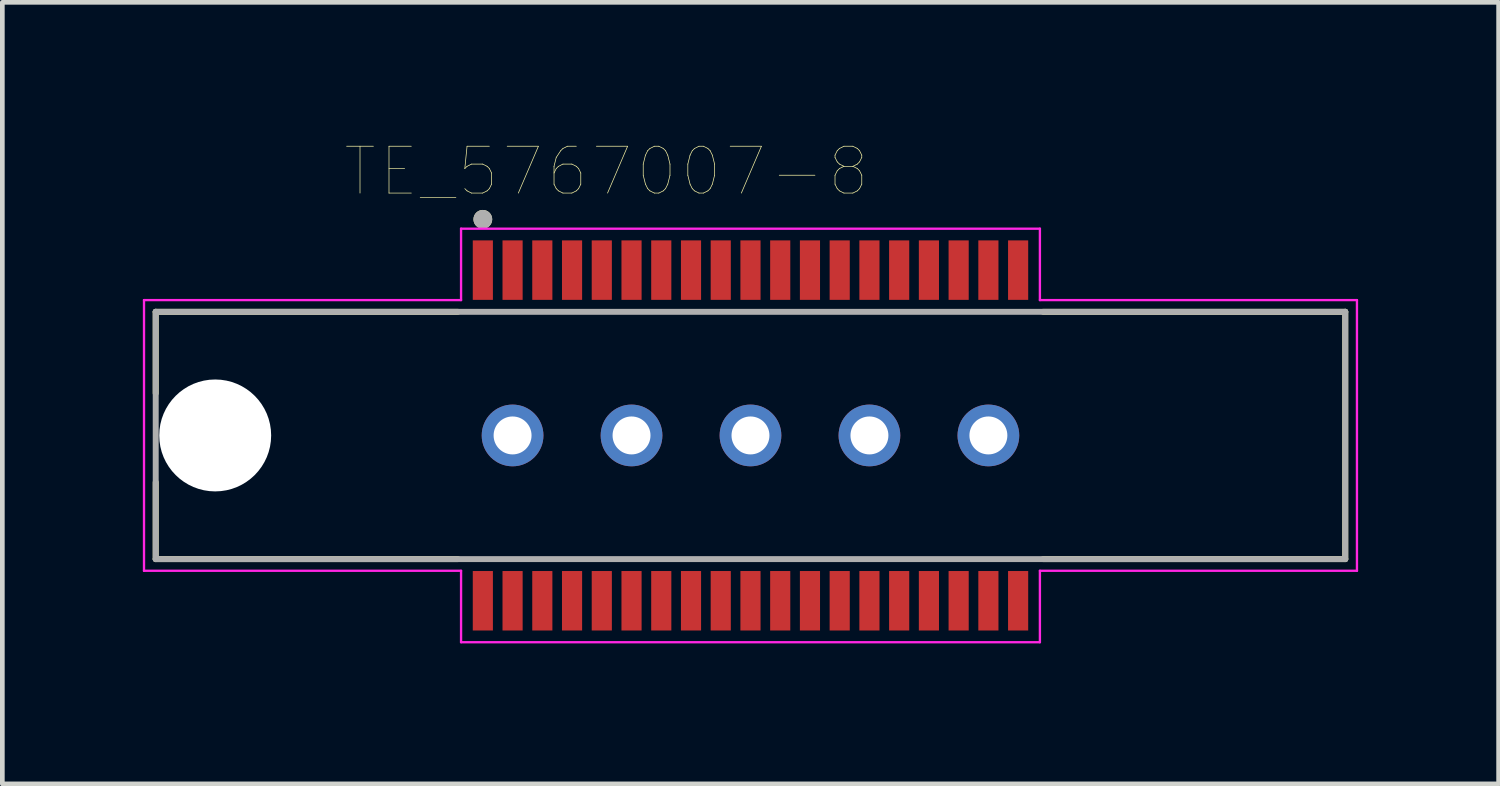
<source format=kicad_pcb>
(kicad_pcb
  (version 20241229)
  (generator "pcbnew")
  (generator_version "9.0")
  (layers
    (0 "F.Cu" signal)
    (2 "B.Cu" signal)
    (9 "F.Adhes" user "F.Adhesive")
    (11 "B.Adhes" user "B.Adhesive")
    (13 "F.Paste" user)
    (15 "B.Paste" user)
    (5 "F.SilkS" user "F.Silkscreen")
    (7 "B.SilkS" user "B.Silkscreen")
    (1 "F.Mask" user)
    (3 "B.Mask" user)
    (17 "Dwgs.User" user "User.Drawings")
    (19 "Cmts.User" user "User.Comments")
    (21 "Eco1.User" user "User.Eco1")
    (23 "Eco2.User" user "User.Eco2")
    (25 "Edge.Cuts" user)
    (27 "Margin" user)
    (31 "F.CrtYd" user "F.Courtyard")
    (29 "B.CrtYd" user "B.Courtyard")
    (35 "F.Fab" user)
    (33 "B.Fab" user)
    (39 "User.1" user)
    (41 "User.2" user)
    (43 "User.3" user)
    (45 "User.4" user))
  (footprint "TE_5767007-8"
    (layer "F.Cu")
    (at 12.975 6.248)
    (property "Reference" "TE_5767007-8" (at -3.076 -5.637 0) (layer "F.SilkS") (effects (font (size 1 1) (thickness 0.015))))
    (attr through_hole)
    (fp_line (start -12.7 -2.64) (end -12.7 -0.9) (stroke (width 0.127) (type solid)) (layer "F.SilkS"))
    (fp_line (start -12.7 1) (end -12.7 2.64) (stroke (width 0.127) (type solid)) (layer "F.SilkS"))
    (fp_line (start -12.7 2.64) (end -6.25 2.64) (stroke (width 0.127) (type solid)) (layer "F.SilkS"))
    (fp_line (start -6.25 -2.64) (end -12.7 -2.64) (stroke (width 0.127) (type solid)) (layer "F.SilkS"))
    (fp_line (start 6.25 2.64) (end 12.7 2.64) (stroke (width 0.127) (type solid)) (layer "F.SilkS"))
    (fp_line (start 12.7 -2.64) (end 6.25 -2.64) (stroke (width 0.127) (type solid)) (layer "F.SilkS"))
    (fp_line (start 12.7 2.64) (end 12.7 -2.64) (stroke (width 0.127) (type solid)) (layer "F.SilkS"))
    (fp_circle (center -5.715 -4.615) (end -5.615 -4.615) (stroke (width 0.2) (type solid)) (fill no) (layer "F.SilkS"))
    (fp_line (start -12.95 -2.89) (end -12.95 2.89) (stroke (width 0.05) (type solid)) (layer "F.CrtYd"))
    (fp_line (start -12.95 2.89) (end -6.18 2.89) (stroke (width 0.05) (type solid)) (layer "F.CrtYd"))
    (fp_line (start -6.18 -4.415) (end -6.18 -2.89) (stroke (width 0.05) (type solid)) (layer "F.CrtYd"))
    (fp_line (start -6.18 -2.89) (end -12.95 -2.89) (stroke (width 0.05) (type solid)) (layer "F.CrtYd"))
    (fp_line (start -6.18 2.89) (end -6.18 4.415) (stroke (width 0.05) (type solid)) (layer "F.CrtYd"))
    (fp_line (start -6.18 4.415) (end 6.18 4.415) (stroke (width 0.05) (type solid)) (layer "F.CrtYd"))
    (fp_line (start 6.18 -4.415) (end -6.18 -4.415) (stroke (width 0.05) (type solid)) (layer "F.CrtYd"))
    (fp_line (start 6.18 -2.89) (end 6.18 -4.415) (stroke (width 0.05) (type solid)) (layer "F.CrtYd"))
    (fp_line (start 6.18 2.89) (end 12.95 2.89) (stroke (width 0.05) (type solid)) (layer "F.CrtYd"))
    (fp_line (start 6.18 4.415) (end 6.18 2.89) (stroke (width 0.05) (type solid)) (layer "F.CrtYd"))
    (fp_line (start 12.95 -2.89) (end 6.18 -2.89) (stroke (width 0.05) (type solid)) (layer "F.CrtYd"))
    (fp_line (start 12.95 2.89) (end 12.95 -2.89) (stroke (width 0.05) (type solid)) (layer "F.CrtYd"))
    (fp_line (start -12.7 -2.64) (end -12.7 2.64) (stroke (width 0.127) (type solid)) (layer "F.Fab"))
    (fp_line (start -12.7 2.64) (end 12.7 2.64) (stroke (width 0.127) (type solid)) (layer "F.Fab"))
    (fp_line (start 12.7 -2.64) (end -12.7 -2.64) (stroke (width 0.127) (type solid)) (layer "F.Fab"))
    (fp_line (start 12.7 2.64) (end 12.7 -2.64) (stroke (width 0.127) (type solid)) (layer "F.Fab"))
    (fp_circle (center -5.715 -4.615) (end -5.615 -4.615) (stroke (width 0.2) (type solid)) (fill no) (layer "F.Fab"))
    (pad "" np_thru_hole circle (at -11.43 0) (size 2.39 2.39) (drill 2.39) (layers "*.Cu" "*.Mask"))
    (pad "1" smd rect (at -5.715 -3.53) (size 0.43 1.27) (layers "F.Cu" "F.Mask" "F.Paste"))
    (pad "2" smd rect (at -5.715 3.53) (size 0.43 1.27) (layers "F.Cu" "F.Mask" "F.Paste"))
    (pad "3" smd rect (at -5.08 -3.53) (size 0.43 1.27) (layers "F.Cu" "F.Mask" "F.Paste"))
    (pad "4" smd rect (at -5.08 3.53) (size 0.43 1.27) (layers "F.Cu" "F.Mask" "F.Paste"))
    (pad "5" smd rect (at -4.445 -3.53) (size 0.43 1.27) (layers "F.Cu" "F.Mask" "F.Paste"))
    (pad "6" smd rect (at -4.445 3.53) (size 0.43 1.27) (layers "F.Cu" "F.Mask" "F.Paste"))
    (pad "7" smd rect (at -3.81 -3.53) (size 0.43 1.27) (layers "F.Cu" "F.Mask" "F.Paste"))
    (pad "8" smd rect (at -3.81 3.53) (size 0.43 1.27) (layers "F.Cu" "F.Mask" "F.Paste"))
    (pad "9" smd rect (at -3.175 -3.53) (size 0.43 1.27) (layers "F.Cu" "F.Mask" "F.Paste"))
    (pad "10" smd rect (at -3.175 3.53) (size 0.43 1.27) (layers "F.Cu" "F.Mask" "F.Paste"))
    (pad "11" smd rect (at -2.54 -3.53) (size 0.43 1.27) (layers "F.Cu" "F.Mask" "F.Paste"))
    (pad "12" smd rect (at -2.54 3.53) (size 0.43 1.27) (layers "F.Cu" "F.Mask" "F.Paste"))
    (pad "13" smd rect (at -1.905 -3.53) (size 0.43 1.27) (layers "F.Cu" "F.Mask" "F.Paste"))
    (pad "14" smd rect (at -1.905 3.53) (size 0.43 1.27) (layers "F.Cu" "F.Mask" "F.Paste"))
    (pad "15" smd rect (at -1.27 -3.53) (size 0.43 1.27) (layers "F.Cu" "F.Mask" "F.Paste"))
    (pad "16" smd rect (at -1.27 3.53) (size 0.43 1.27) (layers "F.Cu" "F.Mask" "F.Paste"))
    (pad "17" smd rect (at -0.635 -3.53) (size 0.43 1.27) (layers "F.Cu" "F.Mask" "F.Paste"))
    (pad "18" smd rect (at -0.635 3.53) (size 0.43 1.27) (layers "F.Cu" "F.Mask" "F.Paste"))
    (pad "19" smd rect (at 0 -3.53) (size 0.43 1.27) (layers "F.Cu" "F.Mask" "F.Paste"))
    (pad "20" smd rect (at 0 3.53) (size 0.43 1.27) (layers "F.Cu" "F.Mask" "F.Paste"))
    (pad "21" smd rect (at 0.635 -3.53) (size 0.43 1.27) (layers "F.Cu" "F.Mask" "F.Paste"))
    (pad "22" smd rect (at 0.635 3.53) (size 0.43 1.27) (layers "F.Cu" "F.Mask" "F.Paste"))
    (pad "23" smd rect (at 1.27 -3.53) (size 0.43 1.27) (layers "F.Cu" "F.Mask" "F.Paste"))
    (pad "24" smd rect (at 1.27 3.53) (size 0.43 1.27) (layers "F.Cu" "F.Mask" "F.Paste"))
    (pad "25" smd rect (at 1.905 -3.53) (size 0.43 1.27) (layers "F.Cu" "F.Mask" "F.Paste"))
    (pad "26" smd rect (at 1.905 3.53) (size 0.43 1.27) (layers "F.Cu" "F.Mask" "F.Paste"))
    (pad "27" smd rect (at 2.54 -3.53) (size 0.43 1.27) (layers "F.Cu" "F.Mask" "F.Paste"))
    (pad "28" smd rect (at 2.54 3.53) (size 0.43 1.27) (layers "F.Cu" "F.Mask" "F.Paste"))
    (pad "29" smd rect (at 3.175 -3.53) (size 0.43 1.27) (layers "F.Cu" "F.Mask" "F.Paste"))
    (pad "30" smd rect (at 3.175 3.53) (size 0.43 1.27) (layers "F.Cu" "F.Mask" "F.Paste"))
    (pad "31" smd rect (at 3.81 -3.53) (size 0.43 1.27) (layers "F.Cu" "F.Mask" "F.Paste"))
    (pad "32" smd rect (at 3.81 3.53) (size 0.43 1.27) (layers "F.Cu" "F.Mask" "F.Paste"))
    (pad "33" smd rect (at 4.445 -3.53) (size 0.43 1.27) (layers "F.Cu" "F.Mask" "F.Paste"))
    (pad "34" smd rect (at 4.445 3.53) (size 0.43 1.27) (layers "F.Cu" "F.Mask" "F.Paste"))
    (pad "35" smd rect (at 5.08 -3.53) (size 0.43 1.27) (layers "F.Cu" "F.Mask" "F.Paste"))
    (pad "36" smd rect (at 5.08 3.53) (size 0.43 1.27) (layers "F.Cu" "F.Mask" "F.Paste"))
    (pad "37" smd rect (at 5.715 -3.53) (size 0.43 1.27) (layers "F.Cu" "F.Mask" "F.Paste"))
    (pad "38" smd rect (at 5.715 3.53) (size 0.43 1.27) (layers "F.Cu" "F.Mask" "F.Paste"))
    (pad "S1" thru_hole circle (at -5.08 0) (size 1.318 1.318) (drill 0.81) (layers "*.Cu" "*.Mask"))
    (pad "S2" thru_hole circle (at -2.54 0) (size 1.318 1.318) (drill 0.81) (layers "*.Cu" "*.Mask"))
    (pad "S3" thru_hole circle (at 0 0) (size 1.318 1.318) (drill 0.81) (layers "*.Cu" "*.Mask"))
    (pad "S4" thru_hole circle (at 2.54 0) (size 1.318 1.318) (drill 0.81) (layers "*.Cu" "*.Mask"))
    (pad "S5" thru_hole circle (at 5.08 0) (size 1.318 1.318) (drill 0.81) (layers "*.Cu" "*.Mask")))
  (gr_rect
    (start -3 -3)
    (end 28.95 13.688)
    (stroke (width 0.1) (type default))
    (fill no)
    (layer "Edge.Cuts")))
</source>
